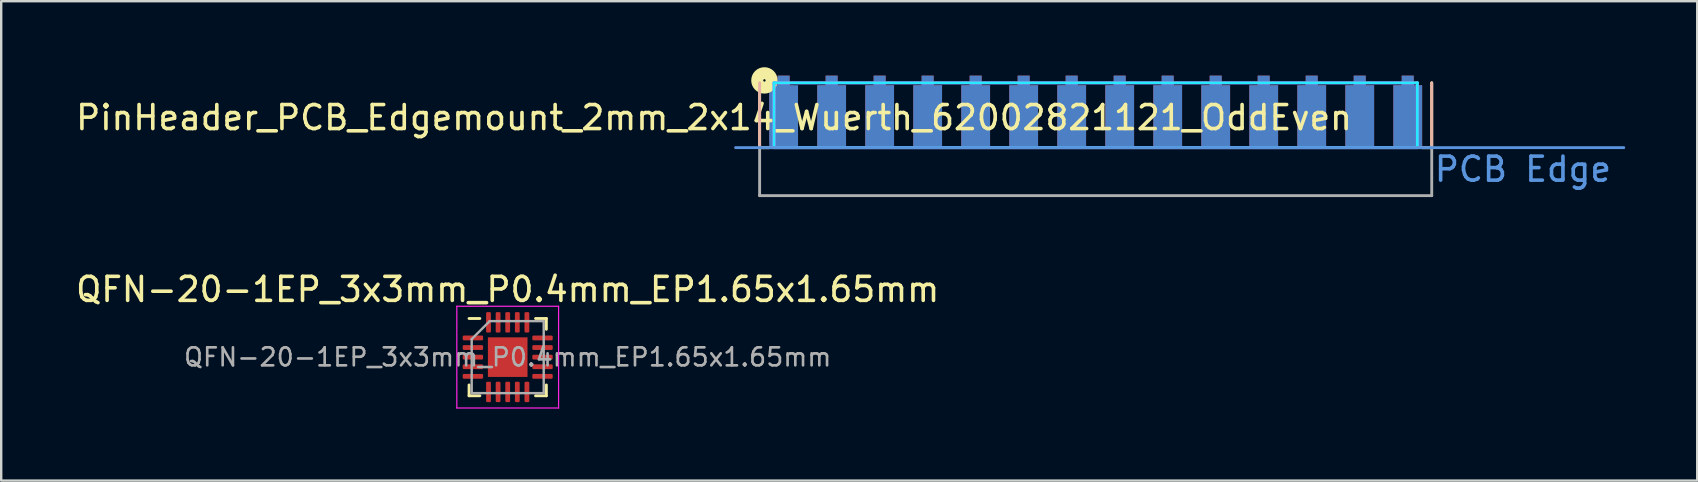
<source format=kicad_pcb>
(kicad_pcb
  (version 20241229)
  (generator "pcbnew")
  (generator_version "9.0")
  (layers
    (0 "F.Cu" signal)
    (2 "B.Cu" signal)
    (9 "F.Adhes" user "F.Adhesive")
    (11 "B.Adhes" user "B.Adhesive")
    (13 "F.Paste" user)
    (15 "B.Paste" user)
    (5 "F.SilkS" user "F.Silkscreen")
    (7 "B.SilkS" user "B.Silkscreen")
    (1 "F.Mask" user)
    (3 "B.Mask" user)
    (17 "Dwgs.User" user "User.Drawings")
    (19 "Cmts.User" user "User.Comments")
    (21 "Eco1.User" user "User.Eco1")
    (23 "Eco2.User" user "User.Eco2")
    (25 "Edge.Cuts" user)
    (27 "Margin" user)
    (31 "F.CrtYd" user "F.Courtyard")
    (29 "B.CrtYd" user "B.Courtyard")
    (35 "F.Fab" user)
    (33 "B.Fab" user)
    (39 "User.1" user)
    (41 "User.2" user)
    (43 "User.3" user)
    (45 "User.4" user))
  (footprint "QFN-20-1EP_3x3mm_P0.4mm_EP1.65x1.65mm"
    (layer "F.Cu")
    (at 18.101 11.828)
    (property "Reference" "QFN-20-1EP_3x3mm_P0.4mm_EP1.65x1.65mm" (at 0 -2.82 0) (layer "F.SilkS") (effects (font (size 1 1) (thickness 0.15))))
    (attr smd)
    (fp_line (start -1.61 1.61) (end -1.61 1.16) (stroke (width 0.12) (type solid)) (layer "F.SilkS"))
    (fp_line (start -1.16 -1.61) (end -1.61 -1.61) (stroke (width 0.12) (type solid)) (layer "F.SilkS"))
    (fp_line (start -1.16 1.61) (end -1.61 1.61) (stroke (width 0.12) (type solid)) (layer "F.SilkS"))
    (fp_line (start 1.16 -1.61) (end 1.61 -1.61) (stroke (width 0.12) (type solid)) (layer "F.SilkS"))
    (fp_line (start 1.16 1.61) (end 1.61 1.61) (stroke (width 0.12) (type solid)) (layer "F.SilkS"))
    (fp_line (start 1.61 -1.61) (end 1.61 -1.16) (stroke (width 0.12) (type solid)) (layer "F.SilkS"))
    (fp_line (start 1.61 1.61) (end 1.61 1.16) (stroke (width 0.12) (type solid)) (layer "F.SilkS"))
    (fp_line (start -2.12 -2.12) (end -2.12 2.12) (stroke (width 0.05) (type solid)) (layer "F.CrtYd"))
    (fp_line (start -2.12 2.12) (end 2.12 2.12) (stroke (width 0.05) (type solid)) (layer "F.CrtYd"))
    (fp_line (start 2.12 -2.12) (end -2.12 -2.12) (stroke (width 0.05) (type solid)) (layer "F.CrtYd"))
    (fp_line (start 2.12 2.12) (end 2.12 -2.12) (stroke (width 0.05) (type solid)) (layer "F.CrtYd"))
    (fp_line (start -1.5 -0.75) (end -0.75 -1.5) (stroke (width 0.1) (type solid)) (layer "F.Fab"))
    (fp_line (start -1.5 1.5) (end -1.5 -0.75) (stroke (width 0.1) (type solid)) (layer "F.Fab"))
    (fp_line (start -0.75 -1.5) (end 1.5 -1.5) (stroke (width 0.1) (type solid)) (layer "F.Fab"))
    (fp_line (start 1.5 -1.5) (end 1.5 1.5) (stroke (width 0.1) (type solid)) (layer "F.Fab"))
    (fp_line (start 1.5 1.5) (end -1.5 1.5) (stroke (width 0.1) (type solid)) (layer "F.Fab"))
    (fp_text user "${REFERENCE}" (at 0 0 0) (layer "F.Fab") (effects (font (size 0.75 0.75) (thickness 0.11))))
    (pad "" smd roundrect (at -0.41 -0.41) (size 0.67 0.67) (layers "F.Paste") (roundrect_rratio 0.25))
    (pad "" smd roundrect (at -0.41 0.41) (size 0.67 0.67) (layers "F.Paste") (roundrect_rratio 0.25))
    (pad "" smd roundrect (at 0.41 -0.41) (size 0.67 0.67) (layers "F.Paste") (roundrect_rratio 0.25))
    (pad "" smd roundrect (at 0.41 0.41) (size 0.67 0.67) (layers "F.Paste") (roundrect_rratio 0.25))
    (pad "1" smd roundrect (at -1.45 -0.8) (size 0.85 0.2) (layers "F.Cu" "F.Mask" "F.Paste") (roundrect_rratio 0.25))
    (pad "2" smd roundrect (at -1.45 -0.4) (size 0.85 0.2) (layers "F.Cu" "F.Mask" "F.Paste") (roundrect_rratio 0.25))
    (pad "3" smd roundrect (at -1.45 0) (size 0.85 0.2) (layers "F.Cu" "F.Mask" "F.Paste") (roundrect_rratio 0.25))
    (pad "4" smd roundrect (at -1.45 0.4) (size 0.85 0.2) (layers "F.Cu" "F.Mask" "F.Paste") (roundrect_rratio 0.25))
    (pad "5" smd roundrect (at -1.45 0.8) (size 0.85 0.2) (layers "F.Cu" "F.Mask" "F.Paste") (roundrect_rratio 0.25))
    (pad "6" smd roundrect (at -0.8 1.45) (size 0.2 0.85) (layers "F.Cu" "F.Mask" "F.Paste") (roundrect_rratio 0.25))
    (pad "7" smd roundrect (at -0.4 1.45) (size 0.2 0.85) (layers "F.Cu" "F.Mask" "F.Paste") (roundrect_rratio 0.25))
    (pad "8" smd roundrect (at 0 1.45) (size 0.2 0.85) (layers "F.Cu" "F.Mask" "F.Paste") (roundrect_rratio 0.25))
    (pad "9" smd roundrect (at 0.4 1.45) (size 0.2 0.85) (layers "F.Cu" "F.Mask" "F.Paste") (roundrect_rratio 0.25))
    (pad "10" smd roundrect (at 0.8 1.45) (size 0.2 0.85) (layers "F.Cu" "F.Mask" "F.Paste") (roundrect_rratio 0.25))
    (pad "11" smd roundrect (at 1.45 0.8) (size 0.85 0.2) (layers "F.Cu" "F.Mask" "F.Paste") (roundrect_rratio 0.25))
    (pad "12" smd roundrect (at 1.45 0.4) (size 0.85 0.2) (layers "F.Cu" "F.Mask" "F.Paste") (roundrect_rratio 0.25))
    (pad "13" smd roundrect (at 1.45 0) (size 0.85 0.2) (layers "F.Cu" "F.Mask" "F.Paste") (roundrect_rratio 0.25))
    (pad "14" smd roundrect (at 1.45 -0.4) (size 0.85 0.2) (layers "F.Cu" "F.Mask" "F.Paste") (roundrect_rratio 0.25))
    (pad "15" smd roundrect (at 1.45 -0.8) (size 0.85 0.2) (layers "F.Cu" "F.Mask" "F.Paste") (roundrect_rratio 0.25))
    (pad "16" smd roundrect (at 0.8 -1.45) (size 0.2 0.85) (layers "F.Cu" "F.Mask" "F.Paste") (roundrect_rratio 0.25))
    (pad "17" smd roundrect (at 0.4 -1.45) (size 0.2 0.85) (layers "F.Cu" "F.Mask" "F.Paste") (roundrect_rratio 0.25))
    (pad "18" smd roundrect (at 0 -1.45) (size 0.2 0.85) (layers "F.Cu" "F.Mask" "F.Paste") (roundrect_rratio 0.25))
    (pad "19" smd roundrect (at -0.4 -1.45) (size 0.2 0.85) (layers "F.Cu" "F.Mask" "F.Paste") (roundrect_rratio 0.25))
    (pad "20" smd roundrect (at -0.8 -1.45) (size 0.2 0.85) (layers "F.Cu" "F.Mask" "F.Paste") (roundrect_rratio 0.25))
    (pad "21" smd rect (at 0 0) (size 1.65 1.65) (layers "F.Cu" "F.Mask")))
  (footprint "PinHeader_PCB_Edgemount_2mm_2x14_Wuerth_62002821121_OddEven"
    (layer "F.Cu")
    (at 29.596 1.8)
    (property "Reference" "PinHeader_PCB_Edgemount_2mm_2x14_Wuerth_62002821121_OddEven" (at -2.9 0.05 0) (layer "F.SilkS") (effects (font (size 1 1) (thickness 0.15))))
    (attr through_hole)
    (fp_line (start -1 1.3) (end -1 -1) (stroke (width 0.12) (type solid)) (layer "F.SilkS"))
    (fp_line (start -0.6 1.3) (end -1 1.3) (stroke (width 0.12) (type solid)) (layer "F.SilkS"))
    (fp_line (start 26.6 1.3) (end 27 1.3) (stroke (width 0.12) (type solid)) (layer "F.SilkS"))
    (fp_line (start 27 1.3) (end 27 -1.4) (stroke (width 0.12) (type solid)) (layer "F.SilkS"))
    (fp_circle (center -0.8 -1.5) (end -0.75 -1.5) (stroke (width 0.5) (type solid)) (fill no) (layer "F.SilkS"))
    (fp_line (start -1 1.3) (end -1 -1.4) (stroke (width 0.12) (type solid)) (layer "B.SilkS"))
    (fp_line (start -0.6 1.3) (end -1 1.3) (stroke (width 0.12) (type solid)) (layer "B.SilkS"))
    (fp_line (start 26.6 1.3) (end 27 1.3) (stroke (width 0.12) (type solid)) (layer "B.SilkS"))
    (fp_line (start 27 1.3) (end 27 -1.4) (stroke (width 0.12) (type solid)) (layer "B.SilkS"))
    (fp_line (start -2 1.3) (end 35 1.3) (stroke (width 0.12) (type solid)) (layer "Cmts.User"))
    (fp_line (start -0.4 -1.4) (end -0.4 1.3) (stroke (width 0.12) (type solid)) (layer "B.CrtYd"))
    (fp_line (start -0.4 1.3) (end 26.4 1.3) (stroke (width 0.12) (type solid)) (layer "B.CrtYd"))
    (fp_line (start 26.4 -1.4) (end -0.4 -1.4) (stroke (width 0.12) (type solid)) (layer "B.CrtYd"))
    (fp_line (start 26.4 1.3) (end 26.4 -1.4) (stroke (width 0.12) (type solid)) (layer "B.CrtYd"))
    (fp_line (start -0.4 -1.4) (end -0.4 1.3) (stroke (width 0.12) (type solid)) (layer "F.CrtYd"))
    (fp_line (start -0.4 1.3) (end 26.4 1.3) (stroke (width 0.12) (type solid)) (layer "F.CrtYd"))
    (fp_line (start 26.4 -1.4) (end -0.4 -1.4) (stroke (width 0.12) (type solid)) (layer "F.CrtYd"))
    (fp_line (start 26.4 1.3) (end 26.4 -1.4) (stroke (width 0.12) (type solid)) (layer "F.CrtYd"))
    (fp_line (start -1 1.3) (end -1 3.3) (stroke (width 0.12) (type solid)) (layer "F.Fab"))
    (fp_line (start -1 3.3) (end 27 3.3) (stroke (width 0.12) (type solid)) (layer "F.Fab"))
    (fp_line (start 27 1.3) (end -1 1.3) (stroke (width 0.12) (type solid)) (layer "F.Fab"))
    (fp_line (start 27 3.3) (end 27 1.3) (stroke (width 0.12) (type solid)) (layer "F.Fab"))
    (fp_text user "PCB Edge" (at 30.8 2.2 0) (layer "Cmts.User") (effects (font (size 1 1) (thickness 0.15))))
    (pad "1" smd rect (at 0 -0.2) (size 0.5 3) (layers "F.Cu" "F.Mask"))
    (pad "1" smd roundrect (at 0 0) (size 1.2 2.6) (layers "F.Cu" "F.Mask" "F.Paste") (roundrect_rratio 0.25))
    (pad "2" smd rect (at 0 -0.2) (size 0.5 3) (layers "B.Cu" "B.Mask"))
    (pad "2" smd rect (at 0 0) (size 1.2 2.6) (layers "B.Cu" "B.Mask" "B.Paste"))
    (pad "3" smd rect (at 2 -0.2) (size 0.5 3) (layers "F.Cu" "F.Mask"))
    (pad "3" smd rect (at 2 0) (size 1.2 2.6) (layers "F.Cu" "F.Mask" "F.Paste"))
    (pad "4" smd rect (at 2 -0.2) (size 0.5 3) (layers "B.Cu" "B.Mask"))
    (pad "4" smd rect (at 2 0) (size 1.2 2.6) (layers "B.Cu" "B.Mask" "B.Paste"))
    (pad "5" smd rect (at 4 -0.2) (size 0.5 3) (layers "F.Cu" "F.Mask"))
    (pad "5" smd rect (at 4 0) (size 1.2 2.6) (layers "F.Cu" "F.Mask" "F.Paste"))
    (pad "6" smd rect (at 4 -0.2) (size 0.5 3) (layers "B.Cu" "B.Mask"))
    (pad "6" smd rect (at 4 0) (size 1.2 2.6) (layers "B.Cu" "B.Mask" "B.Paste"))
    (pad "7" smd rect (at 6 -0.2) (size 0.5 3) (layers "F.Cu" "F.Mask"))
    (pad "7" smd rect (at 6 0) (size 1.2 2.6) (layers "F.Cu" "F.Mask" "F.Paste"))
    (pad "8" smd rect (at 6 -0.2) (size 0.5 3) (layers "B.Cu" "B.Mask"))
    (pad "8" smd rect (at 6 0) (size 1.2 2.6) (layers "B.Cu" "B.Mask" "B.Paste"))
    (pad "9" smd rect (at 8 -0.2) (size 0.5 3) (layers "F.Cu" "F.Mask"))
    (pad "9" smd rect (at 8 0) (size 1.2 2.6) (layers "F.Cu" "F.Mask" "F.Paste"))
    (pad "10" smd rect (at 8 -0.2) (size 0.5 3) (layers "B.Cu" "B.Mask"))
    (pad "10" smd rect (at 8 0) (size 1.2 2.6) (layers "B.Cu" "B.Mask" "B.Paste"))
    (pad "11" smd rect (at 10 -0.2) (size 0.5 3) (layers "F.Cu" "F.Mask"))
    (pad "11" smd rect (at 10 0) (size 1.2 2.6) (layers "F.Cu" "F.Mask" "F.Paste"))
    (pad "12" smd rect (at 10 -0.2) (size 0.5 3) (layers "B.Cu" "B.Mask"))
    (pad "12" smd rect (at 10 0) (size 1.2 2.6) (layers "B.Cu" "B.Mask" "B.Paste"))
    (pad "13" smd rect (at 12 -0.2) (size 0.5 3) (layers "F.Cu" "F.Mask"))
    (pad "13" smd rect (at 12 0) (size 1.2 2.6) (layers "F.Cu" "F.Mask" "F.Paste"))
    (pad "14" smd rect (at 12 -0.2) (size 0.5 3) (layers "B.Cu" "B.Mask"))
    (pad "14" smd rect (at 12 0) (size 1.2 2.6) (layers "B.Cu" "B.Mask" "B.Paste"))
    (pad "15" smd rect (at 14 -0.2) (size 0.5 3) (layers "F.Cu" "F.Mask"))
    (pad "15" smd rect (at 14 0) (size 1.2 2.6) (layers "F.Cu" "F.Mask" "F.Paste"))
    (pad "16" smd rect (at 14 -0.2) (size 0.5 3) (layers "B.Cu" "B.Mask"))
    (pad "16" smd rect (at 14 0) (size 1.2 2.6) (layers "B.Cu" "B.Mask" "B.Paste"))
    (pad "17" smd rect (at 16 -0.2) (size 0.5 3) (layers "F.Cu" "F.Mask"))
    (pad "17" smd rect (at 16 0) (size 1.2 2.6) (layers "F.Cu" "F.Mask" "F.Paste"))
    (pad "18" smd rect (at 16 -0.2) (size 0.5 3) (layers "B.Cu" "B.Mask"))
    (pad "18" smd rect (at 16 0) (size 1.2 2.6) (layers "B.Cu" "B.Mask" "B.Paste"))
    (pad "19" smd rect (at 18 -0.2) (size 0.5 3) (layers "F.Cu" "F.Mask"))
    (pad "19" smd rect (at 18 0) (size 1.2 2.6) (layers "F.Cu" "F.Mask" "F.Paste"))
    (pad "20" smd rect (at 18 -0.2) (size 0.5 3) (layers "B.Cu" "B.Mask"))
    (pad "20" smd rect (at 18 0) (size 1.2 2.6) (layers "B.Cu" "B.Mask" "B.Paste"))
    (pad "21" smd rect (at 20 -0.2) (size 0.5 3) (layers "F.Cu" "F.Mask"))
    (pad "21" smd rect (at 20 0) (size 1.2 2.6) (layers "F.Cu" "F.Mask" "F.Paste"))
    (pad "22" smd rect (at 20 -0.2) (size 0.5 3) (layers "B.Cu" "B.Mask"))
    (pad "22" smd rect (at 20 0) (size 1.2 2.6) (layers "B.Cu" "B.Mask" "B.Paste"))
    (pad "23" smd rect (at 22 -0.2) (size 0.5 3) (layers "F.Cu" "F.Mask"))
    (pad "23" smd rect (at 22 0) (size 1.2 2.6) (layers "F.Cu" "F.Mask" "F.Paste"))
    (pad "24" smd rect (at 22 -0.2) (size 0.5 3) (layers "B.Cu" "B.Mask"))
    (pad "24" smd rect (at 22 0) (size 1.2 2.6) (layers "B.Cu" "B.Mask" "B.Paste"))
    (pad "25" smd rect (at 24 -0.2) (size 0.5 3) (layers "F.Cu" "F.Mask"))
    (pad "25" smd rect (at 24 0) (size 1.2 2.6) (layers "F.Cu" "F.Mask" "F.Paste"))
    (pad "26" smd rect (at 24 -0.2) (size 0.5 3) (layers "B.Cu" "B.Mask"))
    (pad "26" smd rect (at 24 0) (size 1.2 2.6) (layers "B.Cu" "B.Mask" "B.Paste"))
    (pad "27" smd rect (at 26 -0.2) (size 0.5 3) (layers "F.Cu" "F.Mask"))
    (pad "27" smd rect (at 26 0) (size 1.2 2.6) (layers "F.Cu" "F.Mask" "F.Paste"))
    (pad "28" smd rect (at 26 -0.2) (size 0.5 3) (layers "B.Cu" "B.Mask"))
    (pad "28" smd rect (at 26 0) (size 1.2 2.6) (layers "B.Cu" "B.Mask" "B.Paste")))
  (gr_rect
    (start -3 -3)
    (end 67.656 16.973)
    (stroke (width 0.1) (type default))
    (fill no)
    (layer "Edge.Cuts")))
</source>
